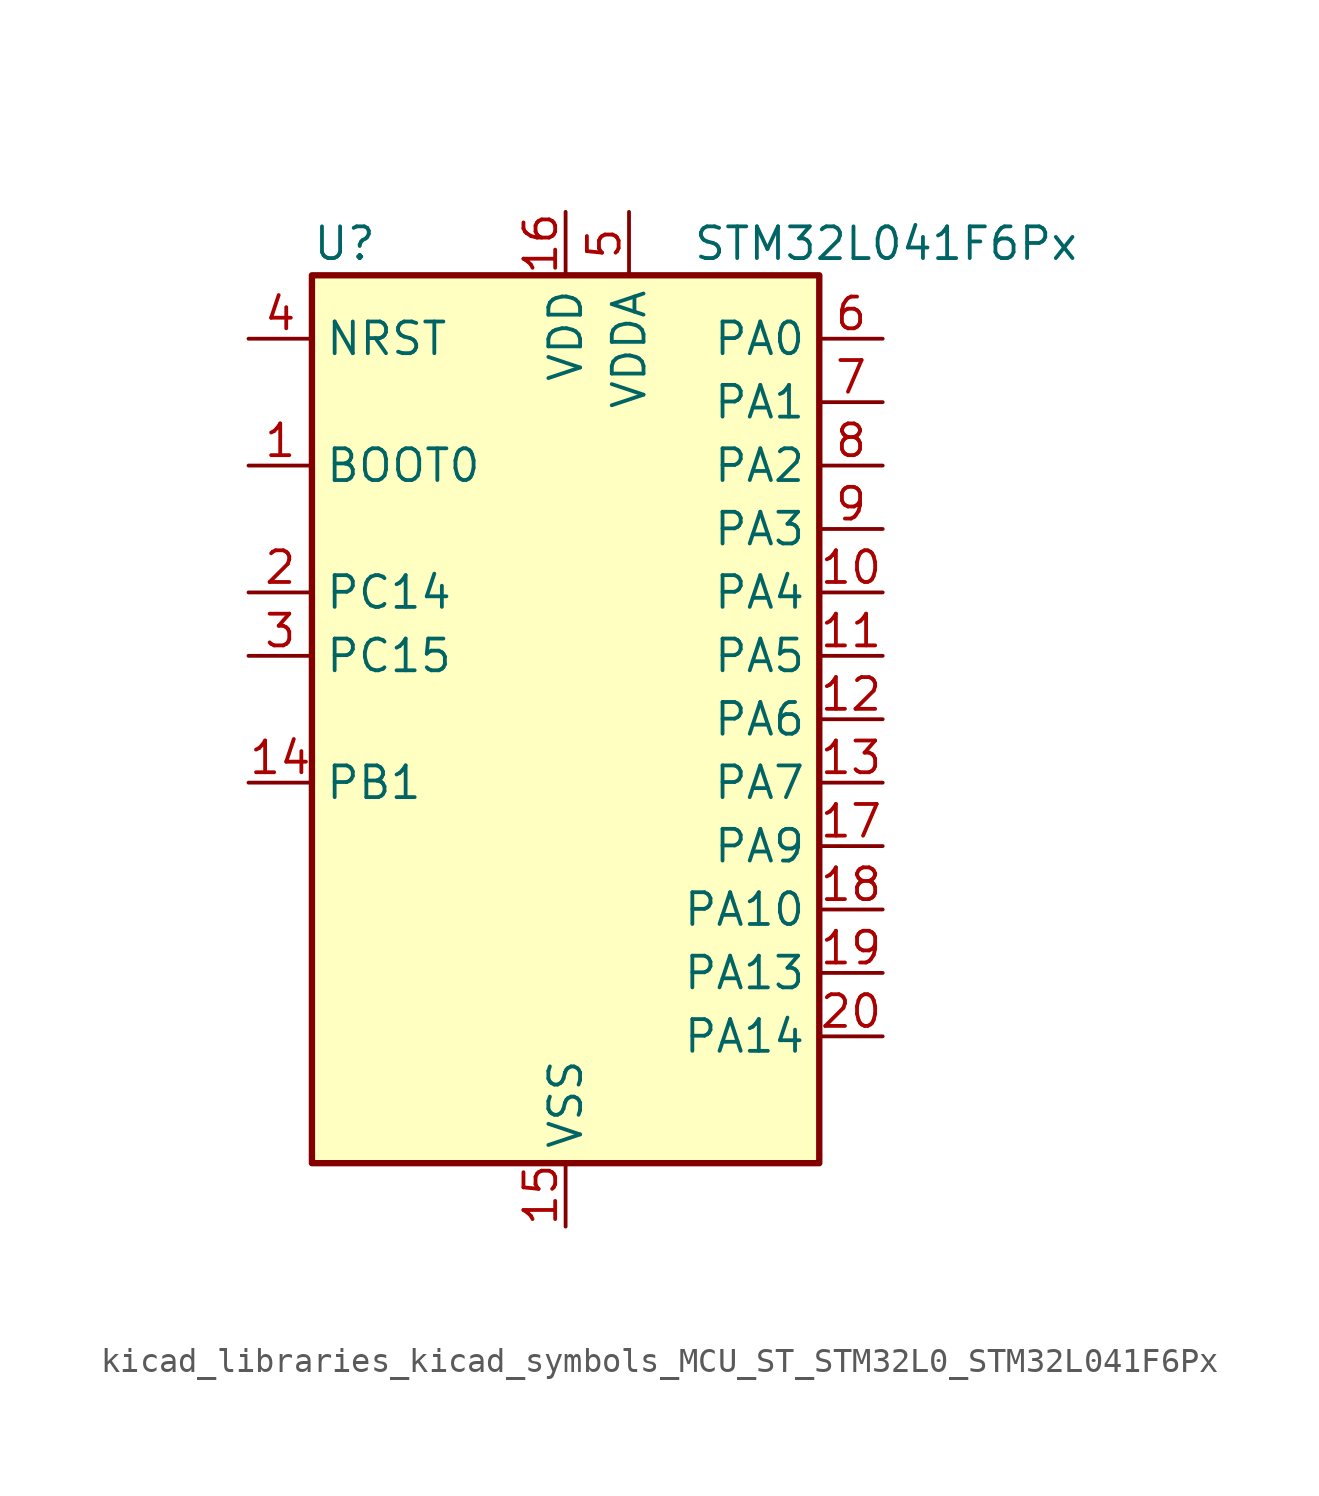
<source format=kicad_sym>
(kicad_symbol_lib
  (version 20220914)
  (generator kicad_symbol_editor)
  (symbol "kicad_libraries_kicad_symbols_MCU_ST_STM32L0_STM32L041F6Px"
    (property "Reference" "U"
      (at -10.16 19.05 0)
      (effects (font (size 1.27 1.27)) (justify left)))
    (property "Value" "STM32L041F6Px"
      (at 5.08 19.05 0)
      (effects (font (size 1.27 1.27)) (justify left)))
    (property "ki_locked" ""
      (at 0 0 0)
      (effects (font (size 1.27 1.27))))
    (symbol "kicad_libraries_kicad_symbols_MCU_ST_STM32L0_STM32L041F6Px_0_1"
      (rectangle (start -10.16 -17.78) (end 10.16 17.78) (stroke (width 0.254) (type default)) (fill (type background))))
    (symbol "kicad_libraries_kicad_symbols_MCU_ST_STM32L0_STM32L041F6Px_1_1"
      (pin input line (at -12.7 10.16 0) (length 2.54) (name "BOOT0" (effects (font (size 1.27 1.27)))) (number "1" (effects (font (size 1.27 1.27)))))
      (pin bidirectional line (at 12.7 5.08 180) (length 2.54) (name "PA4" (effects (font (size 1.27 1.27)))) (number "10" (effects (font (size 1.27 1.27)))) (alternate "ADC_IN4" bidirectional line) (alternate "COMP1_INM" bidirectional line) (alternate "COMP2_INM" bidirectional line) (alternate "LPTIM1_IN1" bidirectional line) (alternate "SPI1_NSS" bidirectional line) (alternate "TIM22_ETR" bidirectional line) (alternate "USART2_CK" bidirectional line))
      (pin bidirectional line (at 12.7 2.54 180) (length 2.54) (name "PA5" (effects (font (size 1.27 1.27)))) (number "11" (effects (font (size 1.27 1.27)))) (alternate "ADC_IN5" bidirectional line) (alternate "COMP1_INM" bidirectional line) (alternate "COMP2_INM" bidirectional line) (alternate "LPTIM1_IN2" bidirectional line) (alternate "SPI1_SCK" bidirectional line) (alternate "TIM2_CH1" bidirectional line) (alternate "TIM2_ETR" bidirectional line))
      (pin bidirectional line (at 12.7 0 180) (length 2.54) (name "PA6" (effects (font (size 1.27 1.27)))) (number "12" (effects (font (size 1.27 1.27)))) (alternate "ADC_IN6" bidirectional line) (alternate "COMP1_OUT" bidirectional line) (alternate "LPTIM1_ETR" bidirectional line) (alternate "LPUART1_CTS" bidirectional line) (alternate "SPI1_MISO" bidirectional line) (alternate "TIM22_CH1" bidirectional line))
      (pin bidirectional line (at 12.7 -2.54 180) (length 2.54) (name "PA7" (effects (font (size 1.27 1.27)))) (number "13" (effects (font (size 1.27 1.27)))) (alternate "ADC_IN7" bidirectional line) (alternate "COMP2_OUT" bidirectional line) (alternate "LPTIM1_OUT" bidirectional line) (alternate "SPI1_MOSI" bidirectional line) (alternate "TIM22_CH2" bidirectional line) (alternate "USART2_CTS" bidirectional line))
      (pin bidirectional line (at -12.7 -2.54 0) (length 2.54) (name "PB1" (effects (font (size 1.27 1.27)))) (number "14" (effects (font (size 1.27 1.27)))) (alternate "ADC_IN9" bidirectional line) (alternate "LPUART1_DE" bidirectional line) (alternate "LPUART1_RTS" bidirectional line) (alternate "SPI1_MOSI" bidirectional line) (alternate "SYS_VREF_OUT_PB1" bidirectional line) (alternate "TIM2_CH4" bidirectional line) (alternate "USART2_CK" bidirectional line))
      (pin power_in line (at 0 -20.32 90) (length 2.54) (name "VSS" (effects (font (size 1.27 1.27)))) (number "15" (effects (font (size 1.27 1.27)))))
      (pin power_in line (at 0 20.32 270) (length 2.54) (name "VDD" (effects (font (size 1.27 1.27)))) (number "16" (effects (font (size 1.27 1.27)))))
      (pin bidirectional line (at 12.7 -5.08 180) (length 2.54) (name "PA9" (effects (font (size 1.27 1.27)))) (number "17" (effects (font (size 1.27 1.27)))) (alternate "I2C1_SCL" bidirectional line) (alternate "RCC_MCO" bidirectional line) (alternate "TIM22_CH1" bidirectional line) (alternate "USART2_TX" bidirectional line))
      (pin bidirectional line (at 12.7 -7.62 180) (length 2.54) (name "PA10" (effects (font (size 1.27 1.27)))) (number "18" (effects (font (size 1.27 1.27)))) (alternate "I2C1_SDA" bidirectional line) (alternate "TIM22_CH2" bidirectional line) (alternate "USART2_RX" bidirectional line))
      (pin bidirectional line (at 12.7 -10.16 180) (length 2.54) (name "PA13" (effects (font (size 1.27 1.27)))) (number "19" (effects (font (size 1.27 1.27)))) (alternate "LPTIM1_ETR" bidirectional line) (alternate "LPUART1_RX" bidirectional line) (alternate "SYS_SWDIO" bidirectional line))
      (pin bidirectional line (at -12.7 5.08 0) (length 2.54) (name "PC14" (effects (font (size 1.27 1.27)))) (number "2" (effects (font (size 1.27 1.27)))) (alternate "RCC_OSC32_IN" bidirectional line))
      (pin bidirectional line (at 12.7 -12.7 180) (length 2.54) (name "PA14" (effects (font (size 1.27 1.27)))) (number "20" (effects (font (size 1.27 1.27)))) (alternate "I2C1_SMBA" bidirectional line) (alternate "LPTIM1_OUT" bidirectional line) (alternate "LPUART1_TX" bidirectional line) (alternate "SYS_SWCLK" bidirectional line) (alternate "USART2_TX" bidirectional line))
      (pin bidirectional line (at -12.7 2.54 0) (length 2.54) (name "PC15" (effects (font (size 1.27 1.27)))) (number "3" (effects (font (size 1.27 1.27)))) (alternate "RCC_OSC32_OUT" bidirectional line))
      (pin input line (at -12.7 15.24 0) (length 2.54) (name "NRST" (effects (font (size 1.27 1.27)))) (number "4" (effects (font (size 1.27 1.27)))))
      (pin power_in line (at 2.54 20.32 270) (length 2.54) (name "VDDA" (effects (font (size 1.27 1.27)))) (number "5" (effects (font (size 1.27 1.27)))))
      (pin bidirectional line (at 12.7 15.24 180) (length 2.54) (name "PA0" (effects (font (size 1.27 1.27)))) (number "6" (effects (font (size 1.27 1.27)))) (alternate "ADC_IN0" bidirectional line) (alternate "COMP1_INM" bidirectional line) (alternate "COMP1_OUT" bidirectional line) (alternate "LPTIM1_IN1" bidirectional line) (alternate "RCC_CK_IN" bidirectional line) (alternate "RTC_TAMP2" bidirectional line) (alternate "SYS_WKUP1" bidirectional line) (alternate "TIM2_CH1" bidirectional line) (alternate "TIM2_ETR" bidirectional line) (alternate "USART2_CTS" bidirectional line))
      (pin bidirectional line (at 12.7 12.7 180) (length 2.54) (name "PA1" (effects (font (size 1.27 1.27)))) (number "7" (effects (font (size 1.27 1.27)))) (alternate "ADC_IN1" bidirectional line) (alternate "COMP1_INP" bidirectional line) (alternate "I2C1_SMBA" bidirectional line) (alternate "LPTIM1_IN2" bidirectional line) (alternate "TIM21_ETR" bidirectional line) (alternate "TIM2_CH2" bidirectional line) (alternate "USART2_DE" bidirectional line) (alternate "USART2_RTS" bidirectional line))
      (pin bidirectional line (at 12.7 10.16 180) (length 2.54) (name "PA2" (effects (font (size 1.27 1.27)))) (number "8" (effects (font (size 1.27 1.27)))) (alternate "ADC_IN2" bidirectional line) (alternate "COMP2_INM" bidirectional line) (alternate "COMP2_OUT" bidirectional line) (alternate "LPUART1_TX" bidirectional line) (alternate "RTC_OUT_ALARM" bidirectional line) (alternate "RTC_OUT_CALIB" bidirectional line) (alternate "RTC_TAMP3" bidirectional line) (alternate "RTC_TS" bidirectional line) (alternate "SYS_WKUP3" bidirectional line) (alternate "TIM21_CH1" bidirectional line) (alternate "TIM2_CH3" bidirectional line) (alternate "USART2_TX" bidirectional line))
      (pin bidirectional line (at 12.7 7.62 180) (length 2.54) (name "PA3" (effects (font (size 1.27 1.27)))) (number "9" (effects (font (size 1.27 1.27)))) (alternate "ADC_IN3" bidirectional line) (alternate "COMP2_INP" bidirectional line) (alternate "LPUART1_RX" bidirectional line) (alternate "TIM21_CH2" bidirectional line) (alternate "TIM2_CH4" bidirectional line) (alternate "USART2_RX" bidirectional line)))))
</source>
